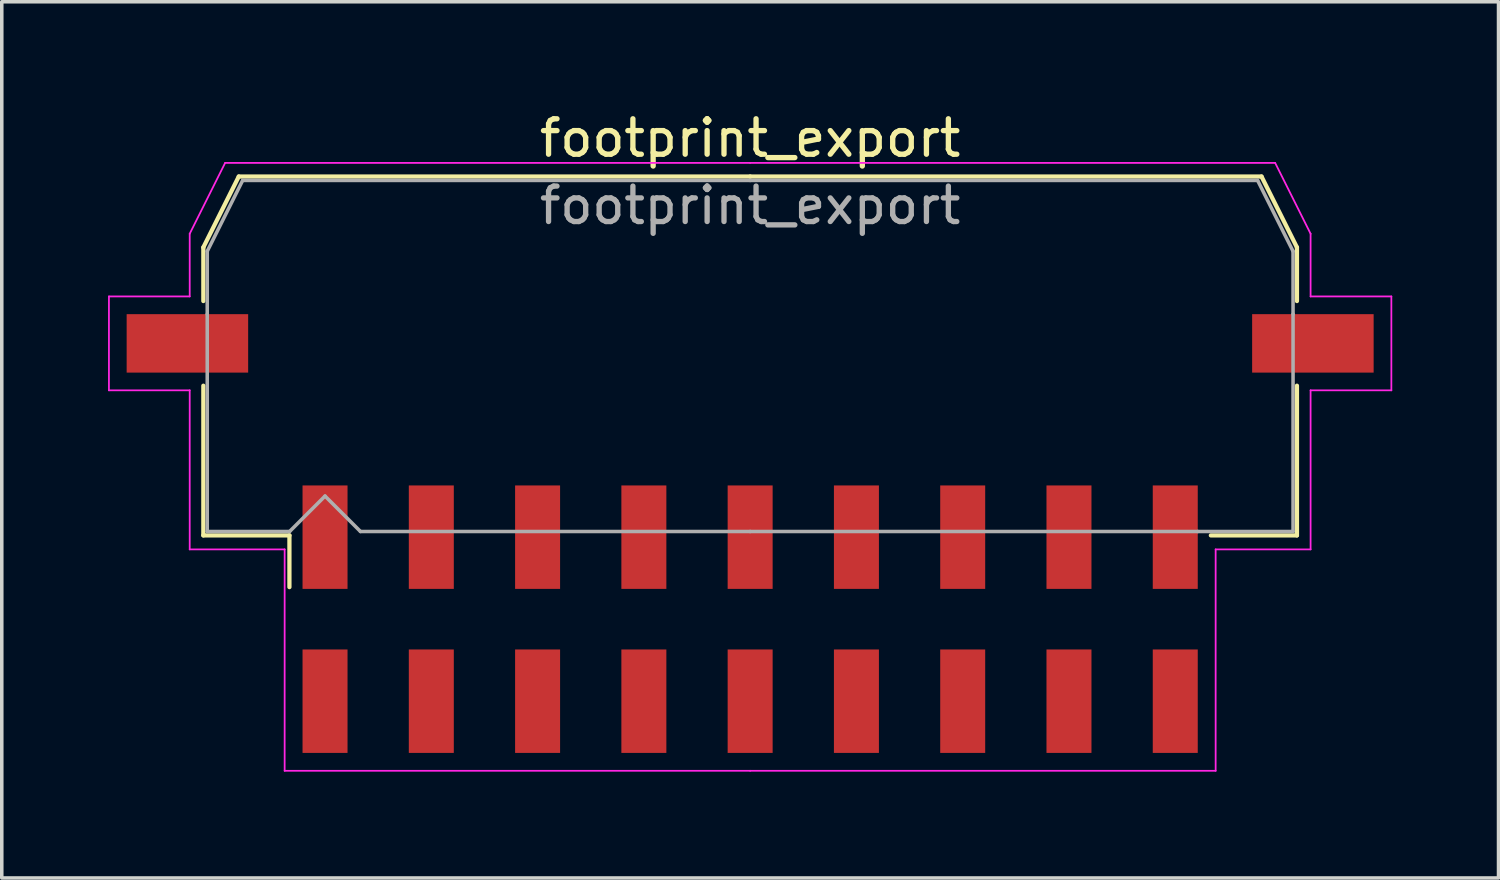
<source format=kicad_pcb>
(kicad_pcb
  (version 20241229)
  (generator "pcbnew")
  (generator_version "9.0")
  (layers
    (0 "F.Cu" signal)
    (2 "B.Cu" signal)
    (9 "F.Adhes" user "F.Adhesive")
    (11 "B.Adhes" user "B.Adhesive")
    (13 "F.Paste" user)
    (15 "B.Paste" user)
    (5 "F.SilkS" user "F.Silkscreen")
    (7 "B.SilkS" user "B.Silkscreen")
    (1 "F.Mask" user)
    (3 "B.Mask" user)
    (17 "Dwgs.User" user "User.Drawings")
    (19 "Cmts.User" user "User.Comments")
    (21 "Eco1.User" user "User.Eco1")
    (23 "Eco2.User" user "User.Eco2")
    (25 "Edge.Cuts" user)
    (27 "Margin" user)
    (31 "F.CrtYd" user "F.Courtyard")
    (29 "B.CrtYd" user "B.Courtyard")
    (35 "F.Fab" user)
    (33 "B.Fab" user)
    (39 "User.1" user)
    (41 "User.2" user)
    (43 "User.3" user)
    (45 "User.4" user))
  (footprint "footprint_export"
    (layer "F.Cu")
    (at 18.125 14.428)
    (property "Reference" "footprint_export" (at 0 -13.58 0) (layer "F.SilkS") (effects (font (size 1 1) (thickness 0.15))))
    (attr smd)
    (fp_line (start -15.435 -10.495) (end -15.435 -8.98) (stroke (width 0.12) (type solid)) (layer "F.SilkS"))
    (fp_line (start -15.435 -6.59) (end -15.435 -2.365) (stroke (width 0.12) (type solid)) (layer "F.SilkS"))
    (fp_line (start -15.435 -2.365) (end -13.005 -2.365) (stroke (width 0.12) (type solid)) (layer "F.SilkS"))
    (fp_line (start -14.435 -12.495) (end -15.435 -10.495) (stroke (width 0.12) (type solid)) (layer "F.SilkS"))
    (fp_line (start -13.005 -2.365) (end -13.005 -0.905) (stroke (width 0.12) (type solid)) (layer "F.SilkS"))
    (fp_line (start 0 -12.495) (end -14.435 -12.495) (stroke (width 0.12) (type solid)) (layer "F.SilkS"))
    (fp_line (start 0 -12.495) (end 14.435 -12.495) (stroke (width 0.12) (type solid)) (layer "F.SilkS"))
    (fp_line (start 14.435 -12.495) (end 15.435 -10.495) (stroke (width 0.12) (type solid)) (layer "F.SilkS"))
    (fp_line (start 15.435 -10.495) (end 15.435 -8.98) (stroke (width 0.12) (type solid)) (layer "F.SilkS"))
    (fp_line (start 15.435 -6.59) (end 15.435 -2.365) (stroke (width 0.12) (type solid)) (layer "F.SilkS"))
    (fp_line (start 15.435 -2.365) (end 13.005 -2.365) (stroke (width 0.12) (type solid)) (layer "F.SilkS"))
    (fp_line (start -18.1 -9.11) (end -18.1 -6.46) (stroke (width 0.05) (type solid)) (layer "F.CrtYd"))
    (fp_line (start -18.1 -6.46) (end -15.82 -6.46) (stroke (width 0.05) (type solid)) (layer "F.CrtYd"))
    (fp_line (start -15.82 -10.88) (end -15.82 -9.11) (stroke (width 0.05) (type solid)) (layer "F.CrtYd"))
    (fp_line (start -15.82 -9.11) (end -18.1 -9.11) (stroke (width 0.05) (type solid)) (layer "F.CrtYd"))
    (fp_line (start -15.82 -6.46) (end -15.82 -1.97) (stroke (width 0.05) (type solid)) (layer "F.CrtYd"))
    (fp_line (start -15.82 -1.97) (end -13.14 -1.97) (stroke (width 0.05) (type solid)) (layer "F.CrtYd"))
    (fp_line (start -14.82 -12.88) (end -15.82 -10.88) (stroke (width 0.05) (type solid)) (layer "F.CrtYd"))
    (fp_line (start -13.14 -1.97) (end -13.14 4.28) (stroke (width 0.05) (type solid)) (layer "F.CrtYd"))
    (fp_line (start -13.14 4.28) (end 0 4.28) (stroke (width 0.05) (type solid)) (layer "F.CrtYd"))
    (fp_line (start 0 -12.88) (end -14.82 -12.88) (stroke (width 0.05) (type solid)) (layer "F.CrtYd"))
    (fp_line (start 0 -12.88) (end 14.82 -12.88) (stroke (width 0.05) (type solid)) (layer "F.CrtYd"))
    (fp_line (start 13.14 -1.97) (end 13.14 4.28) (stroke (width 0.05) (type solid)) (layer "F.CrtYd"))
    (fp_line (start 13.14 4.28) (end 0 4.28) (stroke (width 0.05) (type solid)) (layer "F.CrtYd"))
    (fp_line (start 14.82 -12.88) (end 15.82 -10.88) (stroke (width 0.05) (type solid)) (layer "F.CrtYd"))
    (fp_line (start 15.82 -10.88) (end 15.82 -9.11) (stroke (width 0.05) (type solid)) (layer "F.CrtYd"))
    (fp_line (start 15.82 -9.11) (end 18.1 -9.11) (stroke (width 0.05) (type solid)) (layer "F.CrtYd"))
    (fp_line (start 15.82 -6.46) (end 15.82 -1.97) (stroke (width 0.05) (type solid)) (layer "F.CrtYd"))
    (fp_line (start 15.82 -1.97) (end 13.14 -1.97) (stroke (width 0.05) (type solid)) (layer "F.CrtYd"))
    (fp_line (start 18.1 -9.11) (end 18.1 -6.46) (stroke (width 0.05) (type solid)) (layer "F.CrtYd"))
    (fp_line (start 18.1 -6.46) (end 15.82 -6.46) (stroke (width 0.05) (type solid)) (layer "F.CrtYd"))
    (fp_line (start -15.325 -10.385) (end -15.325 -8.61) (stroke (width 0.1) (type solid)) (layer "F.Fab"))
    (fp_line (start -15.325 -8.61) (end -15.325 -2.475) (stroke (width 0.1) (type solid)) (layer "F.Fab"))
    (fp_line (start -15.325 -2.475) (end -13 -2.475) (stroke (width 0.1) (type solid)) (layer "F.Fab"))
    (fp_line (start -14.325 -12.385) (end -15.325 -10.385) (stroke (width 0.1) (type solid)) (layer "F.Fab"))
    (fp_line (start -13 -2.475) (end -12 -3.475) (stroke (width 0.1) (type solid)) (layer "F.Fab"))
    (fp_line (start -12 -3.475) (end -11 -2.475) (stroke (width 0.1) (type solid)) (layer "F.Fab"))
    (fp_line (start -11 -2.475) (end 0 -2.475) (stroke (width 0.1) (type solid)) (layer "F.Fab"))
    (fp_line (start 0 -12.385) (end -14.325 -12.385) (stroke (width 0.1) (type solid)) (layer "F.Fab"))
    (fp_line (start 0 -12.385) (end 14.325 -12.385) (stroke (width 0.1) (type solid)) (layer "F.Fab"))
    (fp_line (start 12.635 -2.475) (end 0 -2.475) (stroke (width 0.1) (type solid)) (layer "F.Fab"))
    (fp_line (start 14.325 -12.385) (end 15.325 -10.385) (stroke (width 0.1) (type solid)) (layer "F.Fab"))
    (fp_line (start 15.325 -10.385) (end 15.325 -8.61) (stroke (width 0.1) (type solid)) (layer "F.Fab"))
    (fp_line (start 15.325 -8.61) (end 15.325 -2.475) (stroke (width 0.1) (type solid)) (layer "F.Fab"))
    (fp_line (start 15.325 -2.475) (end 12.635 -2.475) (stroke (width 0.1) (type solid)) (layer "F.Fab"))
    (fp_text user "${REFERENCE}" (at 0 -11.68 0) (layer "F.Fab") (effects (font (size 1 1) (thickness 0.15))))
    (pad "1" smd rect (at -12 -2.315) (size 1.27 2.92) (layers "F.Cu" "F.Mask" "F.Paste"))
    (pad "2" smd rect (at -9 -2.315) (size 1.27 2.92) (layers "F.Cu" "F.Mask" "F.Paste"))
    (pad "3" smd rect (at -6 -2.315) (size 1.27 2.92) (layers "F.Cu" "F.Mask" "F.Paste"))
    (pad "4" smd rect (at -3 -2.315) (size 1.27 2.92) (layers "F.Cu" "F.Mask" "F.Paste"))
    (pad "5" smd rect (at 0 -2.315) (size 1.27 2.92) (layers "F.Cu" "F.Mask" "F.Paste"))
    (pad "6" smd rect (at 3 -2.315) (size 1.27 2.92) (layers "F.Cu" "F.Mask" "F.Paste"))
    (pad "7" smd rect (at 6 -2.315) (size 1.27 2.92) (layers "F.Cu" "F.Mask" "F.Paste"))
    (pad "8" smd rect (at 9 -2.315) (size 1.27 2.92) (layers "F.Cu" "F.Mask" "F.Paste"))
    (pad "9" smd rect (at 12 -2.315) (size 1.27 2.92) (layers "F.Cu" "F.Mask" "F.Paste"))
    (pad "10" smd rect (at -12 2.315) (size 1.27 2.92) (layers "F.Cu" "F.Mask" "F.Paste"))
    (pad "11" smd rect (at -9 2.315) (size 1.27 2.92) (layers "F.Cu" "F.Mask" "F.Paste"))
    (pad "12" smd rect (at -6 2.315) (size 1.27 2.92) (layers "F.Cu" "F.Mask" "F.Paste"))
    (pad "13" smd rect (at -3 2.315) (size 1.27 2.92) (layers "F.Cu" "F.Mask" "F.Paste"))
    (pad "14" smd rect (at 0 2.315) (size 1.27 2.92) (layers "F.Cu" "F.Mask" "F.Paste"))
    (pad "15" smd rect (at 3 2.315) (size 1.27 2.92) (layers "F.Cu" "F.Mask" "F.Paste"))
    (pad "16" smd rect (at 6 2.315) (size 1.27 2.92) (layers "F.Cu" "F.Mask" "F.Paste"))
    (pad "17" smd rect (at 9 2.315) (size 1.27 2.92) (layers "F.Cu" "F.Mask" "F.Paste"))
    (pad "18" smd rect (at 12 2.315) (size 1.27 2.92) (layers "F.Cu" "F.Mask" "F.Paste"))
    (pad "MP" smd rect (at -15.885 -7.785) (size 3.43 1.65) (layers "F.Cu" "F.Mask" "F.Paste"))
    (pad "MP" smd rect (at 15.885 -7.785) (size 3.43 1.65) (layers "F.Cu" "F.Mask" "F.Paste")))
  (gr_rect
    (start -3 -3)
    (end 39.25 21.733)
    (stroke (width 0.1) (type default))
    (fill no)
    (layer "Edge.Cuts")))
</source>
